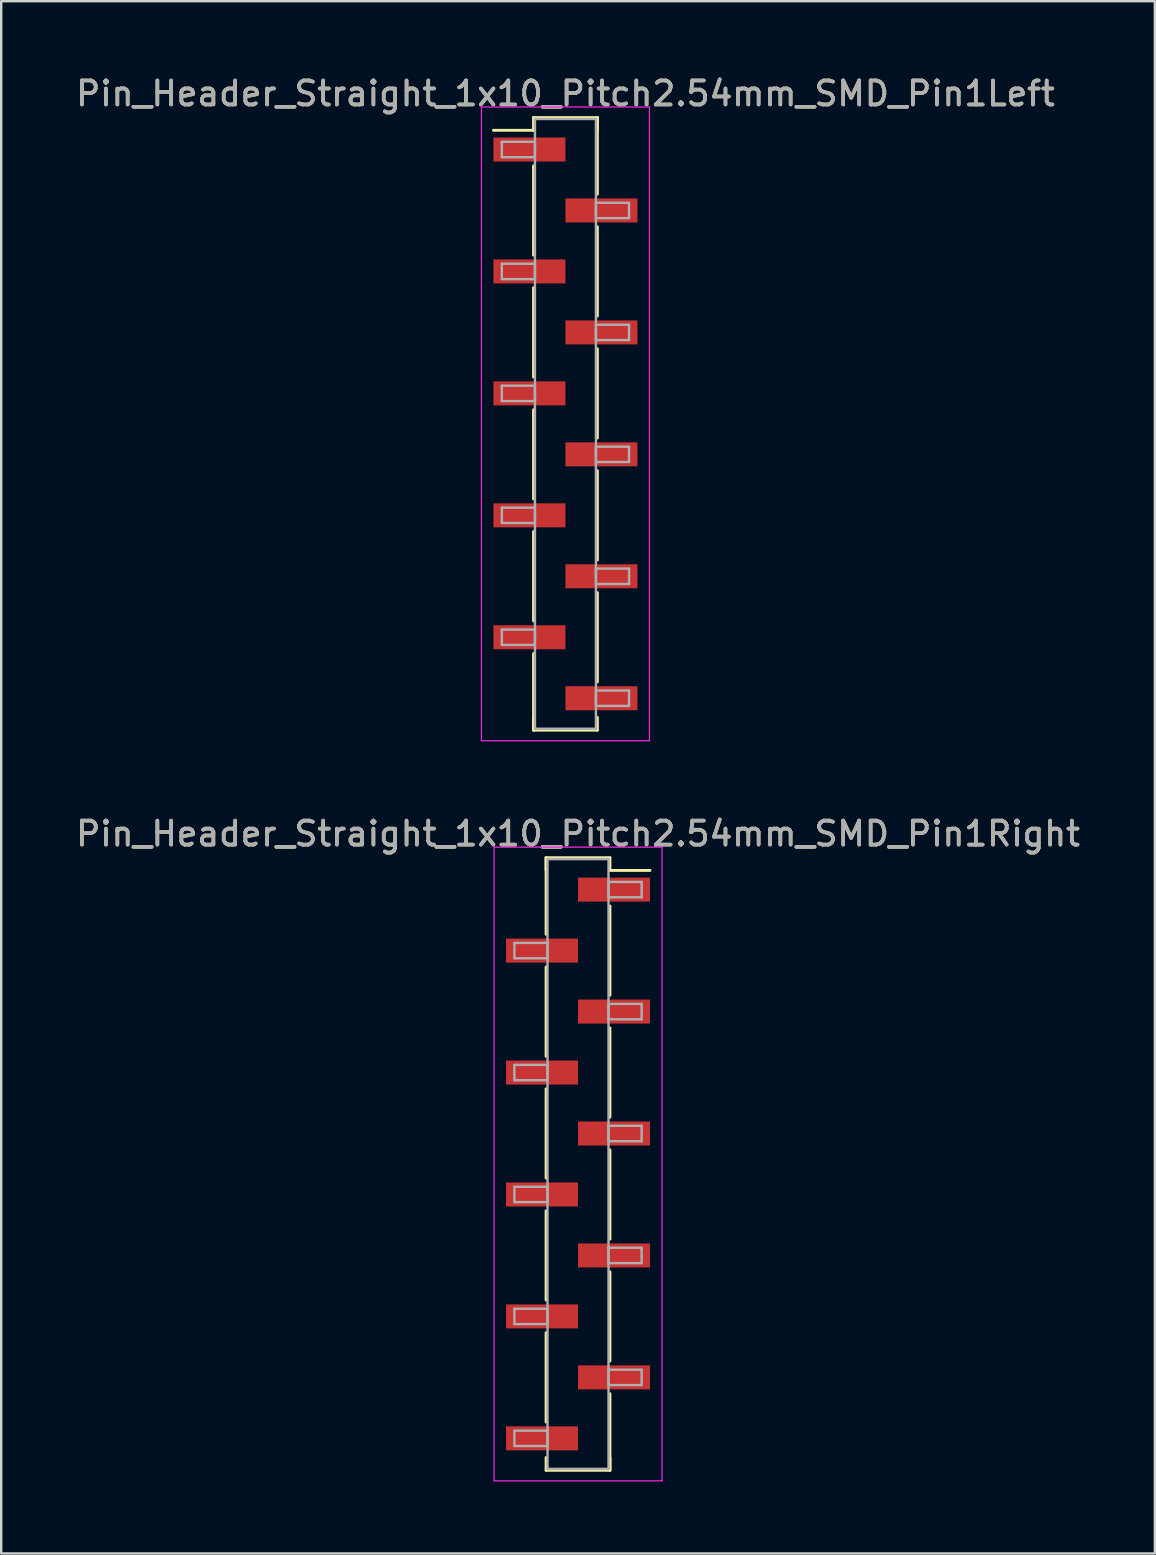
<source format=kicad_pcb>
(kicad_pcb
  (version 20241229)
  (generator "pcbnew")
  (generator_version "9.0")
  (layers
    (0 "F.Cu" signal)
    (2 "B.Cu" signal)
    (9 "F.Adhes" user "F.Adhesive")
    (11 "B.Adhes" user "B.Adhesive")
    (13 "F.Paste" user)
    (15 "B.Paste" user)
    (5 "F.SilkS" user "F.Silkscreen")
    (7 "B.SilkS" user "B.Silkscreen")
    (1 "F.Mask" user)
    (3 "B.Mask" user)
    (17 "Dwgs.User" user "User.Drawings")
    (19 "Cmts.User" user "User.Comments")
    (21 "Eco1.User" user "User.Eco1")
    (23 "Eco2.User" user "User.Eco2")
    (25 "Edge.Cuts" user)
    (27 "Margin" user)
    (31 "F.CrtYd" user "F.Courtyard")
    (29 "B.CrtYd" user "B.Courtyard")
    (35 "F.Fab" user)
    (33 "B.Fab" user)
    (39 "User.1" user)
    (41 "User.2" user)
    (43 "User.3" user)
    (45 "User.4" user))
  (footprint "Pin_Header_Straight_1x10_Pitch2.54mm_SMD_Pin1Left"
    (layer "F.Cu")
    (at 20.506 14.608)
    (property "Reference" "Pin_Header_Straight_1x10_Pitch2.54mm_SMD_Pin1Left" (at 0 -13.76 0) (layer "F.SilkS") (effects (font (size 1 1) (thickness 0.15))))
    (attr smd)
    (fp_line (start -1.33 -12.76) (end 1.33 -12.76) (stroke (width 0.12) (type solid)) (layer "F.SilkS"))
    (fp_line (start -1.33 -12.23) (end -3 -12.23) (stroke (width 0.12) (type solid)) (layer "F.SilkS"))
    (fp_line (start -1.33 -12.23) (end -1.33 -12.76) (stroke (width 0.12) (type solid)) (layer "F.SilkS"))
    (fp_line (start -1.33 -10.75) (end -1.33 -7.03) (stroke (width 0.12) (type solid)) (layer "F.SilkS"))
    (fp_line (start -1.33 -5.67) (end -1.33 -1.95) (stroke (width 0.12) (type solid)) (layer "F.SilkS"))
    (fp_line (start -1.33 -0.59) (end -1.33 3.13) (stroke (width 0.12) (type solid)) (layer "F.SilkS"))
    (fp_line (start -1.33 4.49) (end -1.33 8.21) (stroke (width 0.12) (type solid)) (layer "F.SilkS"))
    (fp_line (start -1.33 9.57) (end -1.33 12.76) (stroke (width 0.12) (type solid)) (layer "F.SilkS"))
    (fp_line (start -1.33 12.23) (end -1.33 12.76) (stroke (width 0.12) (type solid)) (layer "F.SilkS"))
    (fp_line (start -1.33 12.76) (end 1.33 12.76) (stroke (width 0.12) (type solid)) (layer "F.SilkS"))
    (fp_line (start 1.33 -12.76) (end 1.33 -12.23) (stroke (width 0.12) (type solid)) (layer "F.SilkS"))
    (fp_line (start 1.33 -12.76) (end 1.33 -9.57) (stroke (width 0.12) (type solid)) (layer "F.SilkS"))
    (fp_line (start 1.33 -8.21) (end 1.33 -4.49) (stroke (width 0.12) (type solid)) (layer "F.SilkS"))
    (fp_line (start 1.33 -3.13) (end 1.33 0.59) (stroke (width 0.12) (type solid)) (layer "F.SilkS"))
    (fp_line (start 1.33 1.95) (end 1.33 5.67) (stroke (width 0.12) (type solid)) (layer "F.SilkS"))
    (fp_line (start 1.33 7.03) (end 1.33 10.75) (stroke (width 0.12) (type solid)) (layer "F.SilkS"))
    (fp_line (start 1.33 12.76) (end 1.33 12.23) (stroke (width 0.12) (type solid)) (layer "F.SilkS"))
    (fp_line (start -3.5 -13.2) (end -3.5 13.2) (stroke (width 0.05) (type solid)) (layer "F.CrtYd"))
    (fp_line (start -3.5 13.2) (end 3.5 13.2) (stroke (width 0.05) (type solid)) (layer "F.CrtYd"))
    (fp_line (start 3.5 -13.2) (end -3.5 -13.2) (stroke (width 0.05) (type solid)) (layer "F.CrtYd"))
    (fp_line (start 3.5 13.2) (end 3.5 -13.2) (stroke (width 0.05) (type solid)) (layer "F.CrtYd"))
    (fp_line (start -2.65 -11.75) (end -1.27 -11.75) (stroke (width 0.1) (type solid)) (layer "F.Fab"))
    (fp_line (start -2.65 -11.11) (end -2.65 -11.75) (stroke (width 0.1) (type solid)) (layer "F.Fab"))
    (fp_line (start -2.65 -6.67) (end -1.27 -6.67) (stroke (width 0.1) (type solid)) (layer "F.Fab"))
    (fp_line (start -2.65 -6.03) (end -2.65 -6.67) (stroke (width 0.1) (type solid)) (layer "F.Fab"))
    (fp_line (start -2.65 -1.59) (end -1.27 -1.59) (stroke (width 0.1) (type solid)) (layer "F.Fab"))
    (fp_line (start -2.65 -0.95) (end -2.65 -1.59) (stroke (width 0.1) (type solid)) (layer "F.Fab"))
    (fp_line (start -2.65 3.49) (end -1.27 3.49) (stroke (width 0.1) (type solid)) (layer "F.Fab"))
    (fp_line (start -2.65 4.13) (end -2.65 3.49) (stroke (width 0.1) (type solid)) (layer "F.Fab"))
    (fp_line (start -2.65 8.57) (end -1.27 8.57) (stroke (width 0.1) (type solid)) (layer "F.Fab"))
    (fp_line (start -2.65 9.21) (end -2.65 8.57) (stroke (width 0.1) (type solid)) (layer "F.Fab"))
    (fp_line (start -1.27 -12.7) (end -1.27 12.7) (stroke (width 0.1) (type solid)) (layer "F.Fab"))
    (fp_line (start -1.27 -11.75) (end -1.27 -11.11) (stroke (width 0.1) (type solid)) (layer "F.Fab"))
    (fp_line (start -1.27 -11.11) (end -2.65 -11.11) (stroke (width 0.1) (type solid)) (layer "F.Fab"))
    (fp_line (start -1.27 -6.67) (end -1.27 -6.03) (stroke (width 0.1) (type solid)) (layer "F.Fab"))
    (fp_line (start -1.27 -6.03) (end -2.65 -6.03) (stroke (width 0.1) (type solid)) (layer "F.Fab"))
    (fp_line (start -1.27 -1.59) (end -1.27 -0.95) (stroke (width 0.1) (type solid)) (layer "F.Fab"))
    (fp_line (start -1.27 -0.95) (end -2.65 -0.95) (stroke (width 0.1) (type solid)) (layer "F.Fab"))
    (fp_line (start -1.27 3.49) (end -1.27 4.13) (stroke (width 0.1) (type solid)) (layer "F.Fab"))
    (fp_line (start -1.27 4.13) (end -2.65 4.13) (stroke (width 0.1) (type solid)) (layer "F.Fab"))
    (fp_line (start -1.27 8.57) (end -1.27 9.21) (stroke (width 0.1) (type solid)) (layer "F.Fab"))
    (fp_line (start -1.27 9.21) (end -2.65 9.21) (stroke (width 0.1) (type solid)) (layer "F.Fab"))
    (fp_line (start -1.27 12.7) (end 1.27 12.7) (stroke (width 0.1) (type solid)) (layer "F.Fab"))
    (fp_line (start 1.27 -12.7) (end -1.27 -12.7) (stroke (width 0.1) (type solid)) (layer "F.Fab"))
    (fp_line (start 1.27 -9.21) (end 1.27 -8.57) (stroke (width 0.1) (type solid)) (layer "F.Fab"))
    (fp_line (start 1.27 -8.57) (end 2.65 -8.57) (stroke (width 0.1) (type solid)) (layer "F.Fab"))
    (fp_line (start 1.27 -4.13) (end 1.27 -3.49) (stroke (width 0.1) (type solid)) (layer "F.Fab"))
    (fp_line (start 1.27 -3.49) (end 2.65 -3.49) (stroke (width 0.1) (type solid)) (layer "F.Fab"))
    (fp_line (start 1.27 0.95) (end 1.27 1.59) (stroke (width 0.1) (type solid)) (layer "F.Fab"))
    (fp_line (start 1.27 1.59) (end 2.65 1.59) (stroke (width 0.1) (type solid)) (layer "F.Fab"))
    (fp_line (start 1.27 6.03) (end 1.27 6.67) (stroke (width 0.1) (type solid)) (layer "F.Fab"))
    (fp_line (start 1.27 6.67) (end 2.65 6.67) (stroke (width 0.1) (type solid)) (layer "F.Fab"))
    (fp_line (start 1.27 11.11) (end 1.27 11.75) (stroke (width 0.1) (type solid)) (layer "F.Fab"))
    (fp_line (start 1.27 11.75) (end 2.65 11.75) (stroke (width 0.1) (type solid)) (layer "F.Fab"))
    (fp_line (start 1.27 12.7) (end 1.27 -12.7) (stroke (width 0.1) (type solid)) (layer "F.Fab"))
    (fp_line (start 2.65 -9.21) (end 1.27 -9.21) (stroke (width 0.1) (type solid)) (layer "F.Fab"))
    (fp_line (start 2.65 -8.57) (end 2.65 -9.21) (stroke (width 0.1) (type solid)) (layer "F.Fab"))
    (fp_line (start 2.65 -4.13) (end 1.27 -4.13) (stroke (width 0.1) (type solid)) (layer "F.Fab"))
    (fp_line (start 2.65 -3.49) (end 2.65 -4.13) (stroke (width 0.1) (type solid)) (layer "F.Fab"))
    (fp_line (start 2.65 0.95) (end 1.27 0.95) (stroke (width 0.1) (type solid)) (layer "F.Fab"))
    (fp_line (start 2.65 1.59) (end 2.65 0.95) (stroke (width 0.1) (type solid)) (layer "F.Fab"))
    (fp_line (start 2.65 6.03) (end 1.27 6.03) (stroke (width 0.1) (type solid)) (layer "F.Fab"))
    (fp_line (start 2.65 6.67) (end 2.65 6.03) (stroke (width 0.1) (type solid)) (layer "F.Fab"))
    (fp_line (start 2.65 11.11) (end 1.27 11.11) (stroke (width 0.1) (type solid)) (layer "F.Fab"))
    (fp_line (start 2.65 11.75) (end 2.65 11.11) (stroke (width 0.1) (type solid)) (layer "F.Fab"))
    (fp_text user "${REFERENCE}" (at 0 -13.76 0) (layer "F.Fab") (effects (font (size 1 1) (thickness 0.15))))
    (pad "1" smd rect (at -1.5 -11.43) (size 3 1) (layers "F.Cu" "F.Mask" "F.Paste"))
    (pad "2" smd rect (at 1.5 -8.89) (size 3 1) (layers "F.Cu" "F.Mask" "F.Paste"))
    (pad "3" smd rect (at -1.5 -6.35) (size 3 1) (layers "F.Cu" "F.Mask" "F.Paste"))
    (pad "4" smd rect (at 1.5 -3.81) (size 3 1) (layers "F.Cu" "F.Mask" "F.Paste"))
    (pad "5" smd rect (at -1.5 -1.27) (size 3 1) (layers "F.Cu" "F.Mask" "F.Paste"))
    (pad "6" smd rect (at 1.5 1.27) (size 3 1) (layers "F.Cu" "F.Mask" "F.Paste"))
    (pad "7" smd rect (at -1.5 3.81) (size 3 1) (layers "F.Cu" "F.Mask" "F.Paste"))
    (pad "8" smd rect (at 1.5 6.35) (size 3 1) (layers "F.Cu" "F.Mask" "F.Paste"))
    (pad "9" smd rect (at -1.5 8.89) (size 3 1) (layers "F.Cu" "F.Mask" "F.Paste"))
    (pad "10" smd rect (at 1.5 11.43) (size 3 1) (layers "F.Cu" "F.Mask" "F.Paste")))
  (footprint "Pin_Header_Straight_1x10_Pitch2.54mm_SMD_Pin1Right"
    (layer "F.Cu")
    (at 21.03 45.441)
    (property "Reference" "Pin_Header_Straight_1x10_Pitch2.54mm_SMD_Pin1Right" (at 0 -13.76 0) (layer "F.SilkS") (effects (font (size 1 1) (thickness 0.15))))
    (attr smd)
    (fp_line (start -1.33 -12.76) (end -1.33 -9.57) (stroke (width 0.12) (type solid)) (layer "F.SilkS"))
    (fp_line (start -1.33 -12.76) (end 1.33 -12.76) (stroke (width 0.12) (type solid)) (layer "F.SilkS"))
    (fp_line (start -1.33 -12.23) (end -1.33 -12.76) (stroke (width 0.12) (type solid)) (layer "F.SilkS"))
    (fp_line (start -1.33 -8.21) (end -1.33 -4.49) (stroke (width 0.12) (type solid)) (layer "F.SilkS"))
    (fp_line (start -1.33 -3.13) (end -1.33 0.59) (stroke (width 0.12) (type solid)) (layer "F.SilkS"))
    (fp_line (start -1.33 1.95) (end -1.33 5.67) (stroke (width 0.12) (type solid)) (layer "F.SilkS"))
    (fp_line (start -1.33 7.03) (end -1.33 10.75) (stroke (width 0.12) (type solid)) (layer "F.SilkS"))
    (fp_line (start -1.33 12.23) (end -1.33 12.76) (stroke (width 0.12) (type solid)) (layer "F.SilkS"))
    (fp_line (start -1.33 12.76) (end 1.33 12.76) (stroke (width 0.12) (type solid)) (layer "F.SilkS"))
    (fp_line (start 1.33 -12.76) (end 1.33 -12.23) (stroke (width 0.12) (type solid)) (layer "F.SilkS"))
    (fp_line (start 1.33 -12.23) (end 3 -12.23) (stroke (width 0.12) (type solid)) (layer "F.SilkS"))
    (fp_line (start 1.33 -10.75) (end 1.33 -7.03) (stroke (width 0.12) (type solid)) (layer "F.SilkS"))
    (fp_line (start 1.33 -5.67) (end 1.33 -1.95) (stroke (width 0.12) (type solid)) (layer "F.SilkS"))
    (fp_line (start 1.33 -0.59) (end 1.33 3.13) (stroke (width 0.12) (type solid)) (layer "F.SilkS"))
    (fp_line (start 1.33 4.49) (end 1.33 8.21) (stroke (width 0.12) (type solid)) (layer "F.SilkS"))
    (fp_line (start 1.33 9.57) (end 1.33 12.76) (stroke (width 0.12) (type solid)) (layer "F.SilkS"))
    (fp_line (start 1.33 12.76) (end 1.33 12.23) (stroke (width 0.12) (type solid)) (layer "F.SilkS"))
    (fp_line (start -3.5 -13.2) (end -3.5 13.2) (stroke (width 0.05) (type solid)) (layer "F.CrtYd"))
    (fp_line (start -3.5 13.2) (end 3.5 13.2) (stroke (width 0.05) (type solid)) (layer "F.CrtYd"))
    (fp_line (start 3.5 -13.2) (end -3.5 -13.2) (stroke (width 0.05) (type solid)) (layer "F.CrtYd"))
    (fp_line (start 3.5 13.2) (end 3.5 -13.2) (stroke (width 0.05) (type solid)) (layer "F.CrtYd"))
    (fp_line (start -2.65 -9.21) (end -1.27 -9.21) (stroke (width 0.1) (type solid)) (layer "F.Fab"))
    (fp_line (start -2.65 -8.57) (end -2.65 -9.21) (stroke (width 0.1) (type solid)) (layer "F.Fab"))
    (fp_line (start -2.65 -4.13) (end -1.27 -4.13) (stroke (width 0.1) (type solid)) (layer "F.Fab"))
    (fp_line (start -2.65 -3.49) (end -2.65 -4.13) (stroke (width 0.1) (type solid)) (layer "F.Fab"))
    (fp_line (start -2.65 0.95) (end -1.27 0.95) (stroke (width 0.1) (type solid)) (layer "F.Fab"))
    (fp_line (start -2.65 1.59) (end -2.65 0.95) (stroke (width 0.1) (type solid)) (layer "F.Fab"))
    (fp_line (start -2.65 6.03) (end -1.27 6.03) (stroke (width 0.1) (type solid)) (layer "F.Fab"))
    (fp_line (start -2.65 6.67) (end -2.65 6.03) (stroke (width 0.1) (type solid)) (layer "F.Fab"))
    (fp_line (start -2.65 11.11) (end -1.27 11.11) (stroke (width 0.1) (type solid)) (layer "F.Fab"))
    (fp_line (start -2.65 11.75) (end -2.65 11.11) (stroke (width 0.1) (type solid)) (layer "F.Fab"))
    (fp_line (start -1.27 -12.7) (end -1.27 12.7) (stroke (width 0.1) (type solid)) (layer "F.Fab"))
    (fp_line (start -1.27 -9.21) (end -1.27 -8.57) (stroke (width 0.1) (type solid)) (layer "F.Fab"))
    (fp_line (start -1.27 -8.57) (end -2.65 -8.57) (stroke (width 0.1) (type solid)) (layer "F.Fab"))
    (fp_line (start -1.27 -4.13) (end -1.27 -3.49) (stroke (width 0.1) (type solid)) (layer "F.Fab"))
    (fp_line (start -1.27 -3.49) (end -2.65 -3.49) (stroke (width 0.1) (type solid)) (layer "F.Fab"))
    (fp_line (start -1.27 0.95) (end -1.27 1.59) (stroke (width 0.1) (type solid)) (layer "F.Fab"))
    (fp_line (start -1.27 1.59) (end -2.65 1.59) (stroke (width 0.1) (type solid)) (layer "F.Fab"))
    (fp_line (start -1.27 6.03) (end -1.27 6.67) (stroke (width 0.1) (type solid)) (layer "F.Fab"))
    (fp_line (start -1.27 6.67) (end -2.65 6.67) (stroke (width 0.1) (type solid)) (layer "F.Fab"))
    (fp_line (start -1.27 11.11) (end -1.27 11.75) (stroke (width 0.1) (type solid)) (layer "F.Fab"))
    (fp_line (start -1.27 11.75) (end -2.65 11.75) (stroke (width 0.1) (type solid)) (layer "F.Fab"))
    (fp_line (start -1.27 12.7) (end 1.27 12.7) (stroke (width 0.1) (type solid)) (layer "F.Fab"))
    (fp_line (start 1.27 -12.7) (end -1.27 -12.7) (stroke (width 0.1) (type solid)) (layer "F.Fab"))
    (fp_line (start 1.27 -11.75) (end 1.27 -11.11) (stroke (width 0.1) (type solid)) (layer "F.Fab"))
    (fp_line (start 1.27 -11.11) (end 2.65 -11.11) (stroke (width 0.1) (type solid)) (layer "F.Fab"))
    (fp_line (start 1.27 -6.67) (end 1.27 -6.03) (stroke (width 0.1) (type solid)) (layer "F.Fab"))
    (fp_line (start 1.27 -6.03) (end 2.65 -6.03) (stroke (width 0.1) (type solid)) (layer "F.Fab"))
    (fp_line (start 1.27 -1.59) (end 1.27 -0.95) (stroke (width 0.1) (type solid)) (layer "F.Fab"))
    (fp_line (start 1.27 -0.95) (end 2.65 -0.95) (stroke (width 0.1) (type solid)) (layer "F.Fab"))
    (fp_line (start 1.27 3.49) (end 1.27 4.13) (stroke (width 0.1) (type solid)) (layer "F.Fab"))
    (fp_line (start 1.27 4.13) (end 2.65 4.13) (stroke (width 0.1) (type solid)) (layer "F.Fab"))
    (fp_line (start 1.27 8.57) (end 1.27 9.21) (stroke (width 0.1) (type solid)) (layer "F.Fab"))
    (fp_line (start 1.27 9.21) (end 2.65 9.21) (stroke (width 0.1) (type solid)) (layer "F.Fab"))
    (fp_line (start 1.27 12.7) (end 1.27 -12.7) (stroke (width 0.1) (type solid)) (layer "F.Fab"))
    (fp_line (start 2.65 -11.75) (end 1.27 -11.75) (stroke (width 0.1) (type solid)) (layer "F.Fab"))
    (fp_line (start 2.65 -11.11) (end 2.65 -11.75) (stroke (width 0.1) (type solid)) (layer "F.Fab"))
    (fp_line (start 2.65 -6.67) (end 1.27 -6.67) (stroke (width 0.1) (type solid)) (layer "F.Fab"))
    (fp_line (start 2.65 -6.03) (end 2.65 -6.67) (stroke (width 0.1) (type solid)) (layer "F.Fab"))
    (fp_line (start 2.65 -1.59) (end 1.27 -1.59) (stroke (width 0.1) (type solid)) (layer "F.Fab"))
    (fp_line (start 2.65 -0.95) (end 2.65 -1.59) (stroke (width 0.1) (type solid)) (layer "F.Fab"))
    (fp_line (start 2.65 3.49) (end 1.27 3.49) (stroke (width 0.1) (type solid)) (layer "F.Fab"))
    (fp_line (start 2.65 4.13) (end 2.65 3.49) (stroke (width 0.1) (type solid)) (layer "F.Fab"))
    (fp_line (start 2.65 8.57) (end 1.27 8.57) (stroke (width 0.1) (type solid)) (layer "F.Fab"))
    (fp_line (start 2.65 9.21) (end 2.65 8.57) (stroke (width 0.1) (type solid)) (layer "F.Fab"))
    (fp_text user "${REFERENCE}" (at 0 -13.76 0) (layer "F.Fab") (effects (font (size 1 1) (thickness 0.15))))
    (pad "1" smd rect (at 1.5 -11.43) (size 3 1) (layers "F.Cu" "F.Mask" "F.Paste"))
    (pad "2" smd rect (at -1.5 -8.89) (size 3 1) (layers "F.Cu" "F.Mask" "F.Paste"))
    (pad "3" smd rect (at 1.5 -6.35) (size 3 1) (layers "F.Cu" "F.Mask" "F.Paste"))
    (pad "4" smd rect (at -1.5 -3.81) (size 3 1) (layers "F.Cu" "F.Mask" "F.Paste"))
    (pad "5" smd rect (at 1.5 -1.27) (size 3 1) (layers "F.Cu" "F.Mask" "F.Paste"))
    (pad "6" smd rect (at -1.5 1.27) (size 3 1) (layers "F.Cu" "F.Mask" "F.Paste"))
    (pad "7" smd rect (at 1.5 3.81) (size 3 1) (layers "F.Cu" "F.Mask" "F.Paste"))
    (pad "8" smd rect (at -1.5 6.35) (size 3 1) (layers "F.Cu" "F.Mask" "F.Paste"))
    (pad "9" smd rect (at 1.5 8.89) (size 3 1) (layers "F.Cu" "F.Mask" "F.Paste"))
    (pad "10" smd rect (at -1.5 11.43) (size 3 1) (layers "F.Cu" "F.Mask" "F.Paste")))
  (gr_rect
    (start -3 -3)
    (end 45.06 61.666)
    (stroke (width 0.1) (type default))
    (fill no)
    (layer "Edge.Cuts")))
</source>
